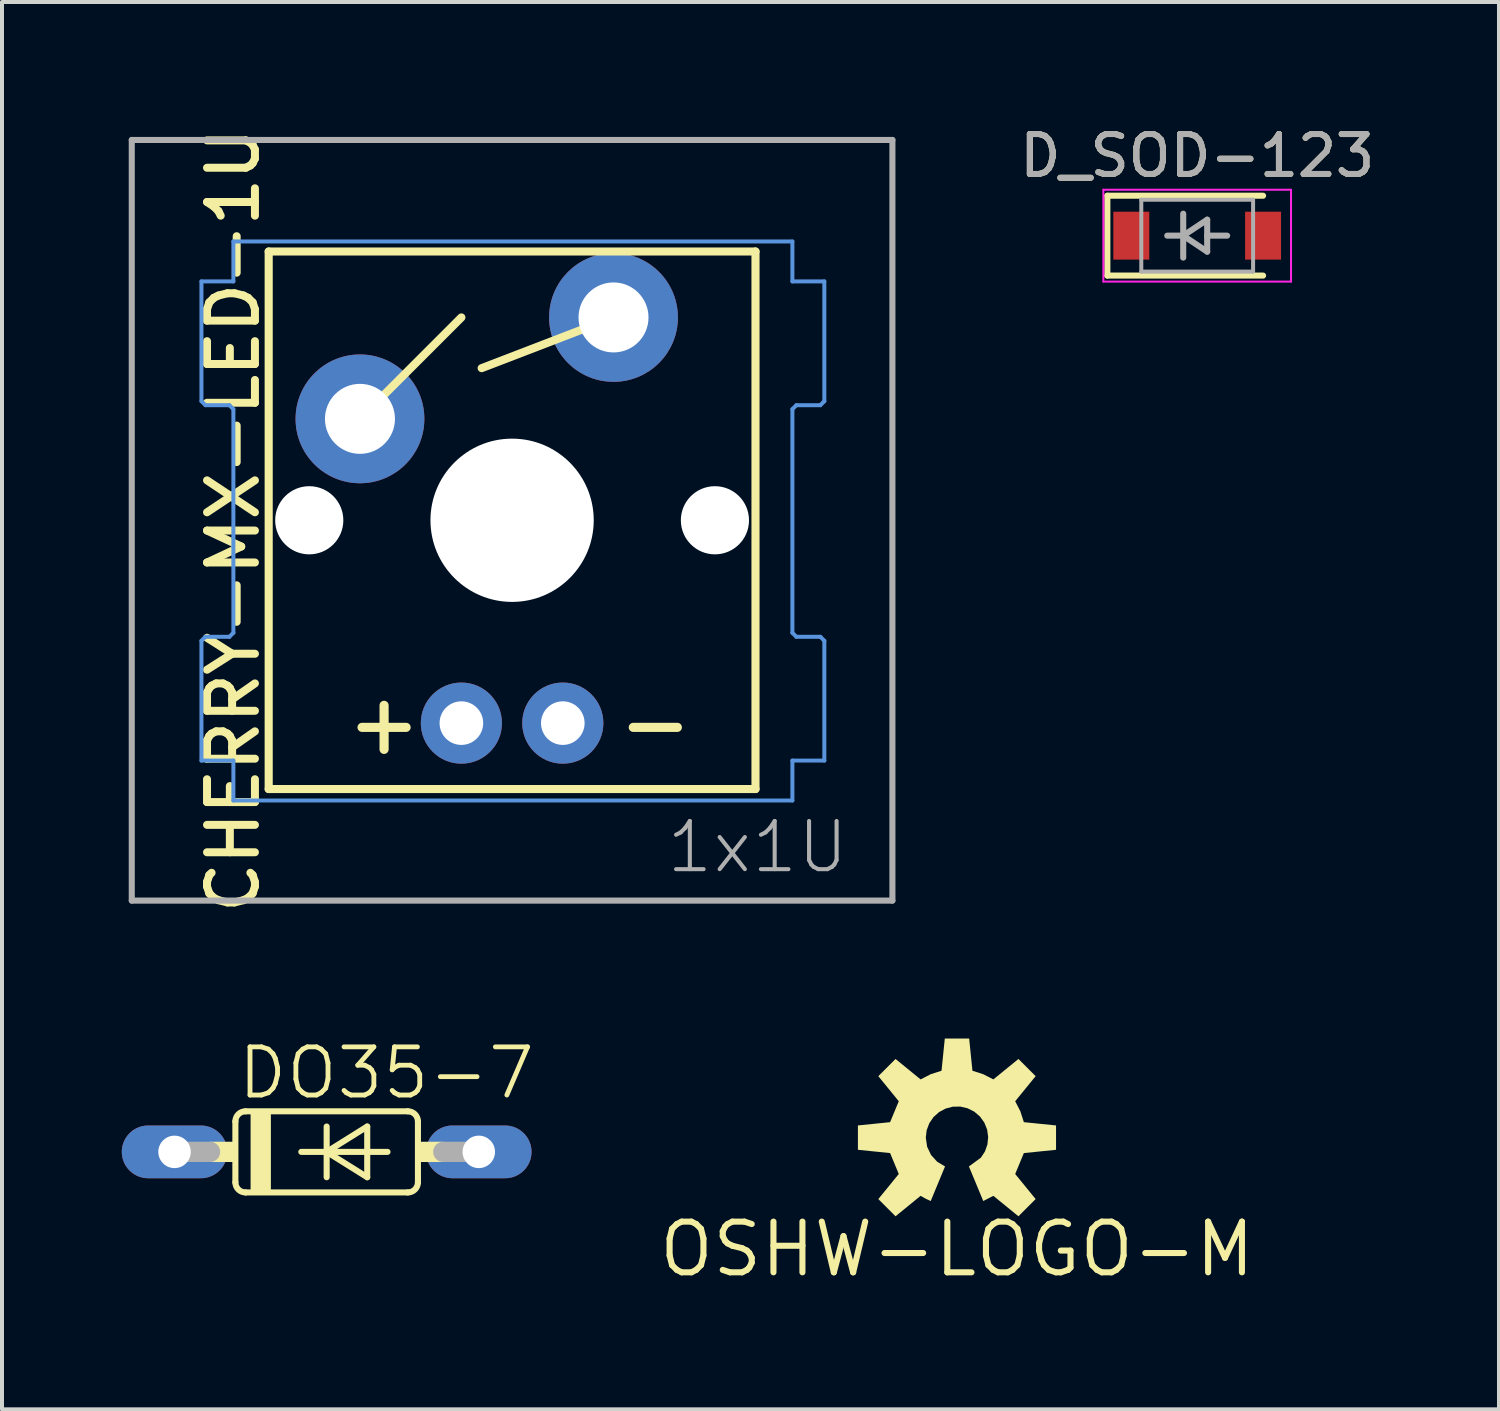
<source format=kicad_pcb>
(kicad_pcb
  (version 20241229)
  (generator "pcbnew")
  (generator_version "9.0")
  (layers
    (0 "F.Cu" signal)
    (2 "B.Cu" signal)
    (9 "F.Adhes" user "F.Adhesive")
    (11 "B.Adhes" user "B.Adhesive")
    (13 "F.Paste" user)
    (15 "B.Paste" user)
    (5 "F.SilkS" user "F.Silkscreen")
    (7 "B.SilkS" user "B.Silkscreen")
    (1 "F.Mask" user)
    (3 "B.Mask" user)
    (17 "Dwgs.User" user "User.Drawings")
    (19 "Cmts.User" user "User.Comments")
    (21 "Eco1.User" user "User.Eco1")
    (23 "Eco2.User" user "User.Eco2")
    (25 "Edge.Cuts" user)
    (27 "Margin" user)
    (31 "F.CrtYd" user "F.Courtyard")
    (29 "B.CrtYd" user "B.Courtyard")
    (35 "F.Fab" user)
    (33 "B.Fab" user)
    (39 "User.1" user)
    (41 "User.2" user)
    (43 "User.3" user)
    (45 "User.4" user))
  (footprint "OSHW-LOGO-M"
    (layer "F.Cu")
    (at 20.917 25.441)
    (property "Reference" "OSHW-LOGO-M" (at 0 2.794 0) (layer "F.SilkS") (effects (font (size 1.27 1.27) (thickness 0.152))))
    (attr through_hole)
    (fp_poly (pts (xy 0.658 1.588) (xy 0.911 1.458) (xy 1.539 1.97) (xy 1.97 1.539) (xy 1.458 0.911) (xy 1.675 0.387) (xy 2.481 0.305) (xy 2.481 -0.305) (xy 1.675 -0.387) (xy 1.588 -0.658) (xy 1.458 -0.911) (xy 1.97 -1.539) (xy 1.539 -1.97) (xy 0.911 -1.458) (xy 0.658 -1.588) (xy 0.387 -1.675) (xy 0.305 -2.481) (xy -0.305 -2.481) (xy -0.387 -1.675) (xy -0.658 -1.588) (xy -0.911 -1.458) (xy -1.539 -1.97) (xy -1.97 -1.539) (xy -1.458 -0.911) (xy -1.675 -0.387) (xy -2.481 -0.305) (xy -2.481 0.305) (xy -1.675 0.387) (xy -1.458 0.911) (xy -1.97 1.539) (xy -1.539 1.97) (xy -0.911 1.458) (xy -0.787 1.528) (xy -0.658 1.588) (xy -0.299 0.722) (xy -0.496 0.604) (xy -0.65 0.434) (xy -0.748 0.227) (xy -0.781 0) (xy -0.759 -0.186) (xy -0.693 -0.361) (xy -0.587 -0.515) (xy -0.448 -0.64) (xy -0.283 -0.728) (xy -0.102 -0.775) (xy 0.085 -0.777) (xy 0.267 -0.734) (xy 0.434 -0.65) (xy 0.576 -0.528) (xy 0.685 -0.376) (xy 0.755 -0.202) (xy 0.781 -0.017) (xy 0.763 0.169) (xy 0.701 0.346) (xy 0.599 0.502) (xy 0.299 0.722)) (stroke (width 0) (type solid)) (fill yes) (layer "F.SilkS")))
  (footprint "CHERRY-MX-LED-1U"
    (layer "F.Cu")
    (at 0.25 19.505)
    (property "Reference" "CHERRY-MX-LED-1U" (at 2.54 -9.525 90) (layer "F.SilkS") (effects (font (size 1.2 1.2) (thickness 0.2))))
    (attr through_hole)
    (fp_line (start 3.429 -16.256) (end 15.621 -16.256) (stroke (width 0.203) (type solid)) (layer "F.SilkS"))
    (fp_line (start 3.429 -2.794) (end 3.429 -16.256) (stroke (width 0.203) (type solid)) (layer "F.SilkS"))
    (fp_line (start 5.715 -12.065) (end 8.255 -14.605) (stroke (width 0.203) (type solid)) (layer "F.SilkS"))
    (fp_line (start 12.065 -14.605) (end 8.763 -13.335) (stroke (width 0.203) (type solid)) (layer "F.SilkS"))
    (fp_line (start 15.621 -16.256) (end 15.621 -2.794) (stroke (width 0.203) (type solid)) (layer "F.SilkS"))
    (fp_line (start 15.621 -2.794) (end 3.429 -2.794) (stroke (width 0.203) (type solid)) (layer "F.SilkS"))
    (fp_line (start 1.745 -15.507) (end 1.745 -12.507) (stroke (width 0.1) (type solid)) (layer "Cmts.User"))
    (fp_line (start 1.745 -12.507) (end 1.845 -12.407) (stroke (width 0.1) (type solid)) (layer "Cmts.User"))
    (fp_line (start 1.745 -6.507) (end 1.745 -3.507) (stroke (width 0.1) (type solid)) (layer "Cmts.User"))
    (fp_line (start 1.745 -3.507) (end 2.545 -3.507) (stroke (width 0.1) (type solid)) (layer "Cmts.User"))
    (fp_line (start 1.845 -12.407) (end 2.445 -12.407) (stroke (width 0.1) (type solid)) (layer "Cmts.User"))
    (fp_line (start 1.845 -6.607) (end 1.745 -6.507) (stroke (width 0.1) (type solid)) (layer "Cmts.User"))
    (fp_line (start 2.445 -12.407) (end 2.545 -12.307) (stroke (width 0.1) (type solid)) (layer "Cmts.User"))
    (fp_line (start 2.445 -6.607) (end 1.845 -6.607) (stroke (width 0.1) (type solid)) (layer "Cmts.User"))
    (fp_line (start 2.545 -16.507) (end 2.545 -15.507) (stroke (width 0.1) (type solid)) (layer "Cmts.User"))
    (fp_line (start 2.545 -15.507) (end 1.745 -15.507) (stroke (width 0.1) (type solid)) (layer "Cmts.User"))
    (fp_line (start 2.545 -12.307) (end 2.545 -6.707) (stroke (width 0.1) (type solid)) (layer "Cmts.User"))
    (fp_line (start 2.545 -6.707) (end 2.445 -6.607) (stroke (width 0.1) (type solid)) (layer "Cmts.User"))
    (fp_line (start 2.545 -3.507) (end 2.545 -2.507) (stroke (width 0.1) (type solid)) (layer "Cmts.User"))
    (fp_line (start 2.545 -2.507) (end 16.545 -2.507) (stroke (width 0.1) (type solid)) (layer "Cmts.User"))
    (fp_line (start 16.545 -16.507) (end 2.545 -16.507) (stroke (width 0.1) (type solid)) (layer "Cmts.User"))
    (fp_line (start 16.545 -15.507) (end 16.545 -16.507) (stroke (width 0.1) (type solid)) (layer "Cmts.User"))
    (fp_line (start 16.545 -12.307) (end 16.645 -12.407) (stroke (width 0.1) (type solid)) (layer "Cmts.User"))
    (fp_line (start 16.545 -6.707) (end 16.545 -12.307) (stroke (width 0.1) (type solid)) (layer "Cmts.User"))
    (fp_line (start 16.545 -3.507) (end 17.345 -3.507) (stroke (width 0.1) (type solid)) (layer "Cmts.User"))
    (fp_line (start 16.545 -2.507) (end 16.545 -3.507) (stroke (width 0.1) (type solid)) (layer "Cmts.User"))
    (fp_line (start 16.645 -12.407) (end 17.245 -12.407) (stroke (width 0.1) (type solid)) (layer "Cmts.User"))
    (fp_line (start 16.645 -6.607) (end 16.545 -6.707) (stroke (width 0.1) (type solid)) (layer "Cmts.User"))
    (fp_line (start 17.245 -12.407) (end 17.345 -12.507) (stroke (width 0.1) (type solid)) (layer "Cmts.User"))
    (fp_line (start 17.245 -6.607) (end 16.645 -6.607) (stroke (width 0.1) (type solid)) (layer "Cmts.User"))
    (fp_line (start 17.345 -15.507) (end 16.545 -15.507) (stroke (width 0.1) (type solid)) (layer "Cmts.User"))
    (fp_line (start 17.345 -12.507) (end 17.345 -15.507) (stroke (width 0.1) (type solid)) (layer "Cmts.User"))
    (fp_line (start 17.345 -6.507) (end 17.245 -6.607) (stroke (width 0.1) (type solid)) (layer "Cmts.User"))
    (fp_line (start 17.345 -3.507) (end 17.345 -6.507) (stroke (width 0.1) (type solid)) (layer "Cmts.User"))
    (fp_line (start 0 -19.05) (end 19.05 -19.05) (stroke (width 0.152) (type solid)) (layer "F.Fab"))
    (fp_line (start 0 0) (end 0 -19.05) (stroke (width 0.152) (type solid)) (layer "F.Fab"))
    (fp_line (start 19.05 -19.05) (end 19.05 0) (stroke (width 0.152) (type solid)) (layer "F.Fab"))
    (fp_line (start 19.05 0) (end 0 0) (stroke (width 0.152) (type solid)) (layer "F.Fab"))
    (fp_text user "-" (at 12.065 -4.445 0) (layer "F.SilkS") (effects (font (size 1.448 1.448) (thickness 0.229)) (justify left)))
    (fp_text user "+" (at 7.366 -4.445 0) (layer "F.SilkS") (effects (font (size 1.448 1.448) (thickness 0.229)) (justify right)))
    (fp_text user "1x1U" (at 13.335 -0.635 0) (layer "F.Fab") (effects (font (size 1.206 1.206) (thickness 0.102)) (justify left bottom)))
    (pad "" np_thru_hole circle (at 4.445 -9.525) (size 1.707 1.707) (drill 1.707) (layers "*.Cu" "*.Mask"))
    (pad "" np_thru_hole circle (at 9.525 -9.525) (size 4.089 4.089) (drill 4.089) (layers "*.Cu" "*.Mask"))
    (pad "" np_thru_hole circle (at 14.605 -9.525) (size 1.707 1.707) (drill 1.707) (layers "*.Cu" "*.Mask"))
    (pad "A" thru_hole circle (at 8.255 -4.445) (size 2.032 2.032) (drill 1.092) (layers "*.Cu" "*.Mask"))
    (pad "K" thru_hole circle (at 10.795 -4.445) (size 2.032 2.032) (drill 1.092) (layers "*.Cu" "*.Mask"))
    (pad "S1" thru_hole circle (at 5.715 -12.065) (size 3.226 3.226) (drill 1.753) (layers "*.Cu" "*.Mask"))
    (pad "S2" thru_hole circle (at 12.065 -14.605) (size 3.226 3.226) (drill 1.753) (layers "*.Cu" "*.Mask")))
  (footprint "DO35-7"
    (layer "F.Cu")
    (at 5.131 25.798)
    (property "Reference" "DO35-7" (at -2.286 -1.27 0) (layer "F.SilkS") (effects (font (size 1.206 1.206) (thickness 0.121)) (justify left bottom)))
    (attr through_hole)
    (fp_line (start -2.286 -0.762) (end -2.286 0.762) (stroke (width 0.152) (type solid)) (layer "F.SilkS"))
    (fp_line (start -2.032 -1.016) (end 2.032 -1.016) (stroke (width 0.152) (type solid)) (layer "F.SilkS"))
    (fp_line (start -2.032 1.016) (end 2.032 1.016) (stroke (width 0.152) (type solid)) (layer "F.SilkS"))
    (fp_line (start -0.635 0) (end 0 0) (stroke (width 0.152) (type solid)) (layer "F.SilkS"))
    (fp_line (start 0 -0.635) (end 0 0) (stroke (width 0.152) (type solid)) (layer "F.SilkS"))
    (fp_line (start 0 0) (end 0 0.635) (stroke (width 0.152) (type solid)) (layer "F.SilkS"))
    (fp_line (start 0 0) (end 1.016 -0.635) (stroke (width 0.152) (type solid)) (layer "F.SilkS"))
    (fp_line (start 0 0) (end 1.524 0) (stroke (width 0.152) (type solid)) (layer "F.SilkS"))
    (fp_line (start 1.016 -0.635) (end 1.016 0.635) (stroke (width 0.152) (type solid)) (layer "F.SilkS"))
    (fp_line (start 1.016 0.635) (end 0 0) (stroke (width 0.152) (type solid)) (layer "F.SilkS"))
    (fp_line (start 2.286 -0.762) (end 2.286 0.762) (stroke (width 0.152) (type solid)) (layer "F.SilkS"))
    (fp_arc (start -2.286 -0.762) (mid -2.211605 -0.941605) (end -2.032 -1.016) (stroke (width 0.1524) (type solid)) (layer "F.SilkS"))
    (fp_arc (start -2.032 1.016) (mid -2.211605 0.941605) (end -2.286 0.762) (stroke (width 0.1524) (type solid)) (layer "F.SilkS"))
    (fp_arc (start 2.032 -1.016) (mid 2.211605 -0.941605) (end 2.286 -0.762) (stroke (width 0.1524) (type solid)) (layer "F.SilkS"))
    (fp_arc (start 2.286 0.762) (mid 2.211605 0.941605) (end 2.032 1.016) (stroke (width 0.1524) (type solid)) (layer "F.SilkS"))
    (fp_poly (pts (xy -2.921 0.254) (xy -2.286 0.254) (xy -2.286 -0.254) (xy -2.921 -0.254)) (stroke (width 0) (type solid)) (fill yes) (layer "F.SilkS"))
    (fp_poly (pts (xy -1.905 1.016) (xy -1.397 1.016) (xy -1.397 -1.016) (xy -1.905 -1.016)) (stroke (width 0) (type solid)) (fill yes) (layer "F.SilkS"))
    (fp_poly (pts (xy 2.286 0.254) (xy 2.921 0.254) (xy 2.921 -0.254) (xy 2.286 -0.254)) (stroke (width 0) (type solid)) (fill yes) (layer "F.SilkS"))
    (fp_line (start -3.81 0) (end -2.921 0) (stroke (width 0.508) (type solid)) (layer "F.Fab"))
    (fp_line (start 3.81 0) (end 2.921 0) (stroke (width 0.508) (type solid)) (layer "F.Fab"))
    (pad "A" thru_hole oval (at 3.81 0) (size 2.642 1.321) (drill 0.813) (layers "*.Cu" "*.Mask"))
    (pad "C" thru_hole oval (at -3.81 0) (size 2.642 1.321) (drill 0.813) (layers "*.Cu" "*.Mask")))
  (footprint "D_SOD-123"
    (layer "F.Cu")
    (at 26.933 2.852)
    (property "Reference" "D_SOD-123" (at 0 -2 0) (layer "F.SilkS") (effects (font (size 1 1) (thickness 0.15))))
    (attr smd)
    (fp_line (start -2.25 -1) (end -2.25 1) (stroke (width 0.152) (type solid)) (layer "F.SilkS"))
    (fp_line (start -2.25 -1) (end 1.65 -1) (stroke (width 0.152) (type solid)) (layer "F.SilkS"))
    (fp_line (start -2.25 1) (end 1.65 1) (stroke (width 0.152) (type solid)) (layer "F.SilkS"))
    (fp_line (start -2.35 -1.15) (end -2.35 1.15) (stroke (width 0.05) (type solid)) (layer "F.CrtYd"))
    (fp_line (start -2.35 -1.15) (end 2.35 -1.15) (stroke (width 0.05) (type solid)) (layer "F.CrtYd"))
    (fp_line (start 2.35 -1.15) (end 2.35 1.15) (stroke (width 0.05) (type solid)) (layer "F.CrtYd"))
    (fp_line (start 2.35 1.15) (end -2.35 1.15) (stroke (width 0.05) (type solid)) (layer "F.CrtYd"))
    (fp_line (start -1.4 -0.9) (end 1.4 -0.9) (stroke (width 0.1) (type solid)) (layer "F.Fab"))
    (fp_line (start -1.4 0.9) (end -1.4 -0.9) (stroke (width 0.1) (type solid)) (layer "F.Fab"))
    (fp_line (start -0.75 0) (end -0.35 0) (stroke (width 0.152) (type solid)) (layer "F.Fab"))
    (fp_line (start -0.35 0) (end -0.35 -0.55) (stroke (width 0.152) (type solid)) (layer "F.Fab"))
    (fp_line (start -0.35 0) (end -0.35 0.55) (stroke (width 0.152) (type solid)) (layer "F.Fab"))
    (fp_line (start -0.35 0) (end 0.25 -0.4) (stroke (width 0.152) (type solid)) (layer "F.Fab"))
    (fp_line (start 0.25 -0.4) (end 0.25 0.4) (stroke (width 0.152) (type solid)) (layer "F.Fab"))
    (fp_line (start 0.25 0) (end 0.75 0) (stroke (width 0.152) (type solid)) (layer "F.Fab"))
    (fp_line (start 0.25 0.4) (end -0.35 0) (stroke (width 0.152) (type solid)) (layer "F.Fab"))
    (fp_line (start 1.4 -0.9) (end 1.4 0.9) (stroke (width 0.1) (type solid)) (layer "F.Fab"))
    (fp_line (start 1.4 0.9) (end -1.4 0.9) (stroke (width 0.1) (type solid)) (layer "F.Fab"))
    (fp_text user "${REFERENCE}" (at 0 -2 0) (layer "F.Fab") (effects (font (size 1 1) (thickness 0.152))))
    (pad "1" smd rect (at -1.65 0) (size 0.9 1.2) (layers "F.Cu" "F.Mask" "F.Paste"))
    (pad "2" smd rect (at 1.65 0) (size 0.9 1.2) (layers "F.Cu" "F.Mask" "F.Paste")))
  (gr_rect
    (start -3 -3)
    (end 34.491 32.246)
    (stroke (width 0.1) (type default))
    (fill no)
    (layer "Edge.Cuts")))
</source>
